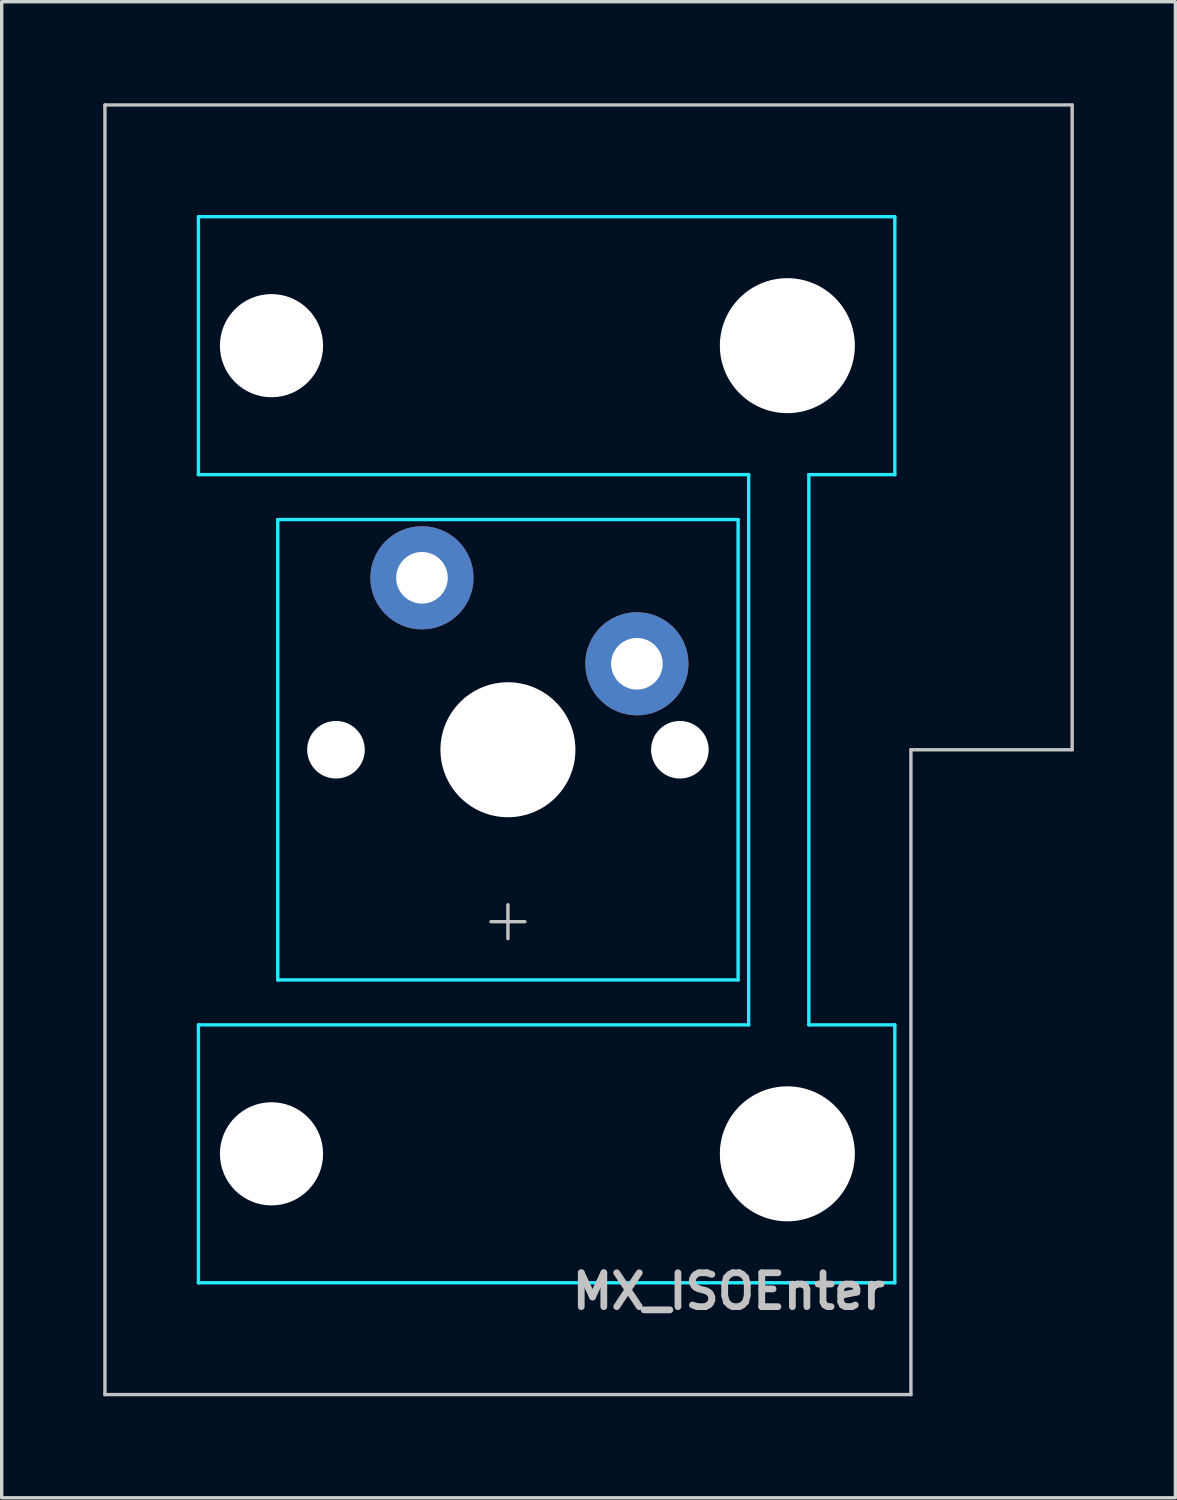
<source format=kicad_pcb>
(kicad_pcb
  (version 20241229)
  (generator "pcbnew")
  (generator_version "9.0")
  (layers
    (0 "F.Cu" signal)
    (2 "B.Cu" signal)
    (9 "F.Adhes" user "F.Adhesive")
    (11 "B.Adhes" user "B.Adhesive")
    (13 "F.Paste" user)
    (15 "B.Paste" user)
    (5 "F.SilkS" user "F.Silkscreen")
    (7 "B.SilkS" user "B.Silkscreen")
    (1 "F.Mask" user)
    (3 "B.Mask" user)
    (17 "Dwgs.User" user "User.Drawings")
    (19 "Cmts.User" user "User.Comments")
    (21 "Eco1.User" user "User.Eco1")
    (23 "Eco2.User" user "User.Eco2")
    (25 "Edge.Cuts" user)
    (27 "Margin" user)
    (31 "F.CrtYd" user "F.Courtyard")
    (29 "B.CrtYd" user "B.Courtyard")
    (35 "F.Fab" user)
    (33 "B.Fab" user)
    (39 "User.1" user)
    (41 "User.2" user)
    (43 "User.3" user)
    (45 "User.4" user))
  (footprint "MX_ISOEnter"
    (layer "F.Cu")
    (at 11.956 19.1)
    (property "Reference" "MX_ISOEnter" (at 11.25 16 0) (layer "Dwgs.User") (effects (font (size 1 1) (thickness 0.2)) (justify right)))
    (attr through_hole)
    (fp_line (start -11.906 19.05) (end -11.906 -19.05) (stroke (width 0.1) (type solid)) (layer "Dwgs.User"))
    (fp_line (start -0.5 5.08) (end 0.5 5.08) (stroke (width 0.1) (type solid)) (layer "Dwgs.User"))
    (fp_line (start 0 5.58) (end 0 4.58) (stroke (width 0.1) (type solid)) (layer "Dwgs.User"))
    (fp_line (start 11.906 19.05) (end -11.906 19.05) (stroke (width 0.1) (type solid)) (layer "Dwgs.User"))
    (fp_line (start 11.906 19.05) (end 11.906 0) (stroke (width 0.1) (type solid)) (layer "Dwgs.User"))
    (fp_line (start 16.669 -19.05) (end -11.906 -19.05) (stroke (width 0.1) (type solid)) (layer "Dwgs.User"))
    (fp_line (start 16.669 0) (end 11.906 0) (stroke (width 0.1) (type solid)) (layer "Dwgs.User"))
    (fp_line (start 16.669 0) (end 16.669 -19.05) (stroke (width 0.1) (type solid)) (layer "Dwgs.User"))
    (fp_line (start -7 -6.5) (end -7 6.5) (stroke (width 0.1) (type solid)) (layer "Eco1.User"))
    (fp_line (start -6.5 7) (end 6.5 7) (stroke (width 0.1) (type solid)) (layer "Eco1.User"))
    (fp_line (start -5.985 -8.938) (end -5.985 -14.938) (stroke (width 0.1) (type solid)) (layer "Eco1.User"))
    (fp_line (start -5.985 14.938) (end -5.985 8.938) (stroke (width 0.1) (type solid)) (layer "Eco1.User"))
    (fp_line (start -5.485 -8.438) (end 8.515 -8.438) (stroke (width 0.1) (type solid)) (layer "Eco1.User"))
    (fp_line (start -5.485 15.438) (end 8.515 15.438) (stroke (width 0.1) (type solid)) (layer "Eco1.User"))
    (fp_line (start 6.5 -7) (end -6.5 -7) (stroke (width 0.1) (type solid)) (layer "Eco1.User"))
    (fp_line (start 7 6.5) (end 7 -6.5) (stroke (width 0.1) (type solid)) (layer "Eco1.User"))
    (fp_line (start 8.515 -15.438) (end -5.485 -15.438) (stroke (width 0.1) (type solid)) (layer "Eco1.User"))
    (fp_line (start 8.515 8.438) (end -5.485 8.438) (stroke (width 0.1) (type solid)) (layer "Eco1.User"))
    (fp_line (start 9.015 -14.938) (end 9.015 -8.938) (stroke (width 0.1) (type solid)) (layer "Eco1.User"))
    (fp_line (start 9.015 8.938) (end 9.015 14.938) (stroke (width 0.1) (type solid)) (layer "Eco1.User"))
    (fp_arc (start -7 -6.5) (mid -6.853553 -6.853553) (end -6.5 -7) (stroke (width 0.1) (type solid)) (layer "Eco1.User"))
    (fp_arc (start -6.5 7) (mid -6.853553 6.853553) (end -7 6.5) (stroke (width 0.1) (type solid)) (layer "Eco1.User"))
    (fp_arc (start -5.985 -14.938) (mid -5.838553 -15.291553) (end -5.485 -15.438) (stroke (width 0.1) (type solid)) (layer "Eco1.User"))
    (fp_arc (start -5.985 8.938) (mid -5.838553 8.584447) (end -5.485 8.438) (stroke (width 0.1) (type solid)) (layer "Eco1.User"))
    (fp_arc (start -5.485 -8.438) (mid -5.838553 -8.584447) (end -5.985 -8.938) (stroke (width 0.1) (type solid)) (layer "Eco1.User"))
    (fp_arc (start -5.485 15.438) (mid -5.838553 15.291553) (end -5.985 14.938) (stroke (width 0.1) (type solid)) (layer "Eco1.User"))
    (fp_arc (start 6.5 -7) (mid 6.853553 -6.853553) (end 7 -6.5) (stroke (width 0.1) (type solid)) (layer "Eco1.User"))
    (fp_arc (start 7 6.5) (mid 6.853553 6.853553) (end 6.5 7) (stroke (width 0.1) (type solid)) (layer "Eco1.User"))
    (fp_arc (start 8.515 -15.438) (mid 8.868553 -15.291553) (end 9.015 -14.938) (stroke (width 0.1) (type solid)) (layer "Eco1.User"))
    (fp_arc (start 8.515 8.438) (mid 8.868553 8.584447) (end 9.015 8.938) (stroke (width 0.1) (type solid)) (layer "Eco1.User"))
    (fp_arc (start 9.015 -8.938) (mid 8.868553 -8.584447) (end 8.515 -8.438) (stroke (width 0.1) (type solid)) (layer "Eco1.User"))
    (fp_arc (start 9.015 14.938) (mid 8.868553 15.291553) (end 8.515 15.438) (stroke (width 0.1) (type solid)) (layer "Eco1.User"))
    (fp_line (start -9.144 -15.748) (end 11.43 -15.748) (stroke (width 0.1) (type solid)) (layer "B.CrtYd"))
    (fp_line (start -9.144 -8.128) (end -9.144 -15.748) (stroke (width 0.1) (type solid)) (layer "B.CrtYd"))
    (fp_line (start -9.144 -8.128) (end 7.112 -8.128) (stroke (width 0.1) (type solid)) (layer "B.CrtYd"))
    (fp_line (start -9.144 8.128) (end 7.112 8.128) (stroke (width 0.1) (type solid)) (layer "B.CrtYd"))
    (fp_line (start -9.144 15.748) (end -9.144 8.128) (stroke (width 0.1) (type solid)) (layer "B.CrtYd"))
    (fp_line (start -6.8 6.8) (end -6.8 -6.8) (stroke (width 0.1) (type solid)) (layer "B.CrtYd"))
    (fp_line (start 6.8 -6.8) (end -6.8 -6.8) (stroke (width 0.1) (type solid)) (layer "B.CrtYd"))
    (fp_line (start 6.8 6.8) (end -6.8 6.8) (stroke (width 0.1) (type solid)) (layer "B.CrtYd"))
    (fp_line (start 6.8 6.8) (end 6.8 -6.8) (stroke (width 0.1) (type solid)) (layer "B.CrtYd"))
    (fp_line (start 7.112 8.128) (end 7.112 -8.128) (stroke (width 0.1) (type solid)) (layer "B.CrtYd"))
    (fp_line (start 8.89 8.128) (end 8.89 -8.128) (stroke (width 0.1) (type solid)) (layer "B.CrtYd"))
    (fp_line (start 11.43 -15.748) (end 11.43 -8.128) (stroke (width 0.1) (type solid)) (layer "B.CrtYd"))
    (fp_line (start 11.43 -8.128) (end 8.89 -8.128) (stroke (width 0.1) (type solid)) (layer "B.CrtYd"))
    (fp_line (start 11.43 8.128) (end 8.89 8.128) (stroke (width 0.1) (type solid)) (layer "B.CrtYd"))
    (fp_line (start 11.43 8.128) (end 11.43 15.748) (stroke (width 0.1) (type solid)) (layer "B.CrtYd"))
    (fp_line (start 11.43 15.748) (end -9.144 15.748) (stroke (width 0.1) (type solid)) (layer "B.CrtYd"))
    (pad "" np_thru_hole circle (at -6.985 -11.938 90) (size 3.048 3.048) (drill 3.048) (layers "*.Cu" "*.Mask"))
    (pad "" smd circle (at -6.985 -11.938) (size 3.988 3.988) (layers "F.Mask"))
    (pad "" np_thru_hole circle (at -6.985 11.938 90) (size 3.048 3.048) (drill 3.048) (layers "*.Cu" "*.Mask"))
    (pad "" smd circle (at -6.985 11.938) (size 3.988 3.988) (layers "F.Mask"))
    (pad "" np_thru_hole circle (at -5.08 0) (size 1.702 1.702) (drill 1.702) (layers "*.Cu" "*.Mask"))
    (pad "" np_thru_hole circle (at 0 0) (size 3.988 3.988) (drill 3.988) (layers "*.Cu" "*.Mask"))
    (pad "" np_thru_hole circle (at 5.08 0) (size 1.702 1.702) (drill 1.702) (layers "*.Cu" "*.Mask"))
    (pad "" np_thru_hole circle (at 8.255 -11.938 90) (size 3.988 3.988) (drill 3.988) (layers "*.Cu" "*.Mask"))
    (pad "" np_thru_hole circle (at 8.255 11.938 90) (size 3.988 3.988) (drill 3.988) (layers "*.Cu" "*.Mask"))
    (pad "1" thru_hole circle (at -2.54 -5.08) (size 3.048 3.048) (drill 1.524) (layers "*.Cu" "*.Mask"))
    (pad "2" thru_hole circle (at 3.81 -2.54) (size 3.048 3.048) (drill 1.524) (layers "*.Cu" "*.Mask")))
  (gr_rect
    (start -3 -3)
    (end 31.675 41.2)
    (stroke (width 0.1) (type default))
    (fill no)
    (layer "Edge.Cuts")))
</source>
